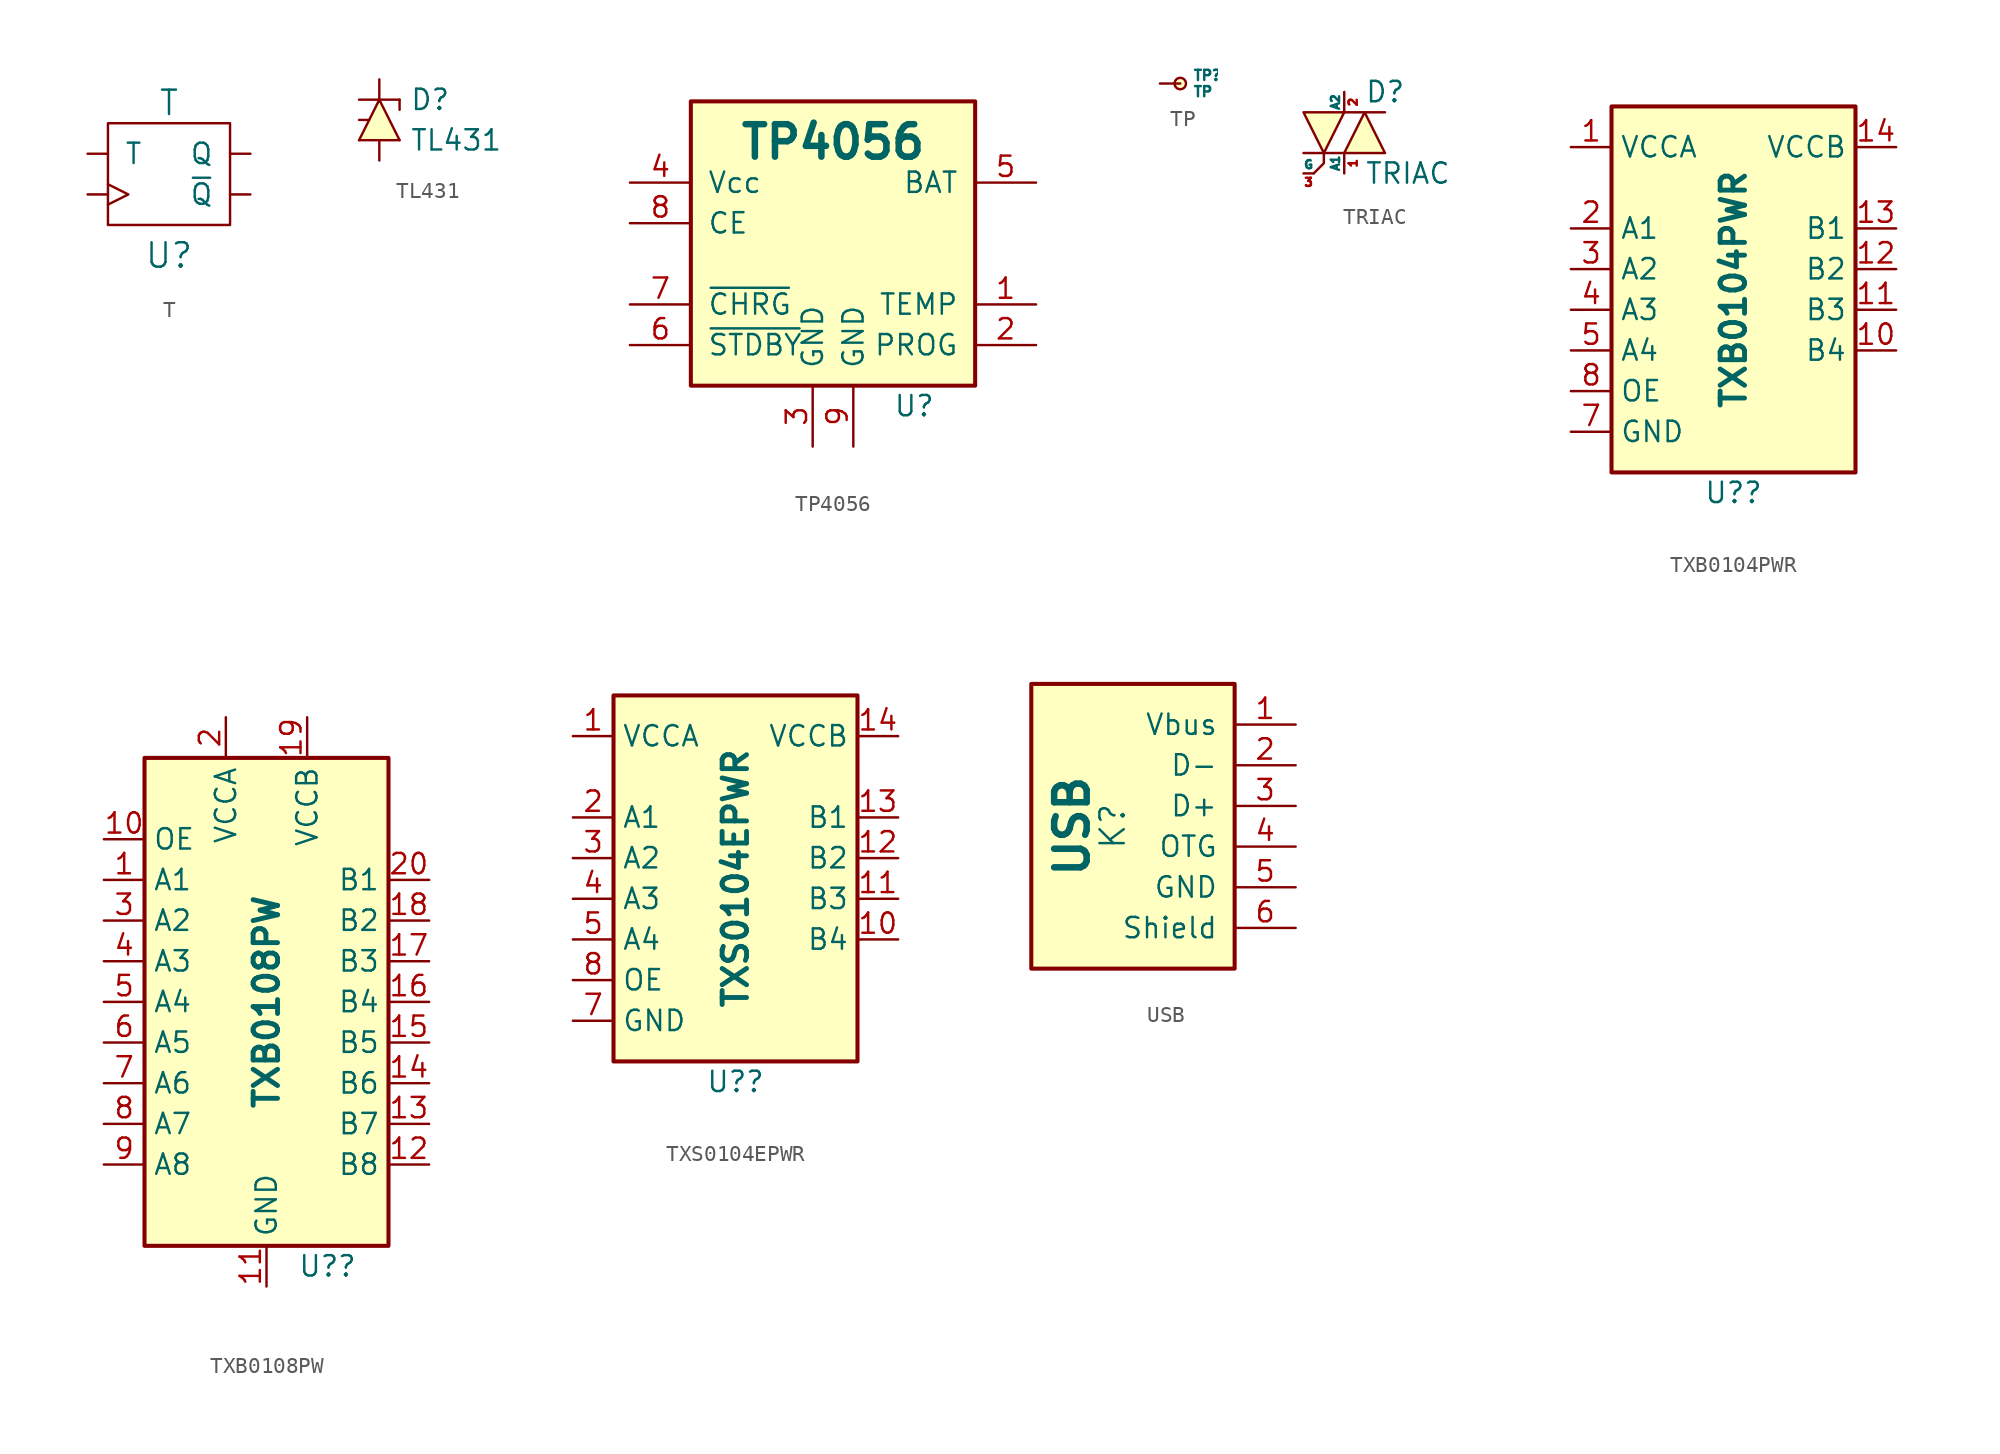
<source format=kicad_sym>
(kicad_symbol_lib
  (version 20231120)
  (generator "kicad_symbol_editor")
  (generator_version "8.0")
  (symbol "T"
    (pin_numbers hide)
    (pin_names
      (offset 1.016))
    (property "Reference" "U"
      (at 0 -5.08 0)
      (effects (font (size 1.524 1.524))))
    (property "Value" "T"
      (at 0 4.445 0)
      (effects (font (size 1.524 1.524))))
    (property "Footprint" ""
      (at 0 0 0)
      (effects (font (size 1.524 1.524))))
    (property "Datasheet" ""
      (at 0 0 0)
      (effects (font (size 1.524 1.524))))
    (symbol "T_0_1"
      (rectangle (start 3.81 3.175) (end -3.81 -3.175) (stroke (width 0) (type default)) (fill (type none))))
    (symbol "T_1_1"
      (pin input line (at 5.08 1.27 180) (length 1.27) (name "Q" (effects (font (size 1.27 1.27)))) (number "~" (effects (font (size 1.27 1.27)))))
      (pin input line (at -5.08 1.27 0) (length 1.27) (name "T" (effects (font (size 1.27 1.27)))) (number "~" (effects (font (size 1.27 1.27)))))
      (pin input clock (at -5.08 -1.27 0) (length 1.27) (name "~" (effects (font (size 1.27 1.27)))) (number "~" (effects (font (size 1.27 1.27)))))
      (pin input line (at 5.08 -1.27 180) (length 1.27) (name "~{Q}" (effects (font (size 1.27 1.27)))) (number "~" (effects (font (size 1.27 1.27)))))))
  (symbol "TL431"
    (pin_numbers hide)
    (pin_names
      (offset 1.016) hide)
    (property "Reference" "D"
      (at 1.905 1.27 0)
      (effects (font (size 1.27 1.27)) (justify left)))
    (property "Value" "TL431"
      (at 1.905 -1.27 0)
      (effects (font (size 1.27 1.27)) (justify left)))
    (symbol "TL431_0_1"
      (polyline (pts (xy -1.27 1.27) (xy 1.27 1.27)) (stroke (width 0) (type default)) (fill (type none)))
      (polyline (pts (xy -1.27 -1.27) (xy 0 1.27) (xy 1.27 -1.27)) (stroke (width 0) (type default)) (fill (type background)))
      (polyline (pts (xy -1.27 -1.27) (xy 1.27 -1.27) (xy 1.27 -1.27)) (stroke (width 0) (type default)) (fill (type none)))
      (polyline (pts (xy 1.27 1.27) (xy 1.27 0.635) (xy 1.27 0.635)) (stroke (width 0) (type default)) (fill (type none))))
    (symbol "TL431_1_1"
      (pin passive line (at 0 2.54 270) (length 1.27) (name "K" (effects (font (size 1.016 1.016)))) (number "1" (effects (font (size 1.016 1.016)))))
      (pin passive line (at 0 -2.54 90) (length 1.27) (name "A" (effects (font (size 1.016 1.016)))) (number "2" (effects (font (size 1.016 1.016)))))
      (pin passive line (at -1.27 0 0) (length 0.635) (name "R" (effects (font (size 1.27 1.27)))) (number "3" (effects (font (size 1.27 1.27)))))))
  (symbol "TP4056"
    (pin_names
      (offset 1.016))
    (property "Reference" "U"
      (at 5.08 -10.16 0)
      (effects (font (size 1.27 1.27))))
    (property "Value" "TP4056"
      (at 0 6.35 0)
      (effects (font (size 2.032 2.032) (bold yes))))
    (symbol "TP4056_0_1"
      (rectangle (start -8.89 8.89) (end 8.89 -8.89) (stroke (width 0.254) (type default)) (fill (type background))))
    (symbol "TP4056_1_1"
      (pin passive line (at 12.7 -3.81 180) (length 3.81) (name "TEMP" (effects (font (size 1.27 1.27)))) (number "1" (effects (font (size 1.27 1.27)))))
      (pin passive line (at 12.7 -6.35 180) (length 3.81) (name "PROG" (effects (font (size 1.27 1.27)))) (number "2" (effects (font (size 1.27 1.27)))))
      (pin passive line (at -1.27 -12.7 90) (length 3.81) (name "GND" (effects (font (size 1.27 1.27)))) (number "3" (effects (font (size 1.27 1.27)))))
      (pin passive line (at -12.7 3.81 0) (length 3.81) (name "Vcc" (effects (font (size 1.27 1.27)))) (number "4" (effects (font (size 1.27 1.27)))))
      (pin passive line (at 12.7 3.81 180) (length 3.81) (name "BAT" (effects (font (size 1.27 1.27)))) (number "5" (effects (font (size 1.27 1.27)))))
      (pin passive line (at -12.7 -6.35 0) (length 3.81) (name "~{STDBY}" (effects (font (size 1.27 1.27)))) (number "6" (effects (font (size 1.27 1.27)))))
      (pin passive line (at -12.7 -3.81 0) (length 3.81) (name "~{CHRG}" (effects (font (size 1.27 1.27)))) (number "7" (effects (font (size 1.27 1.27)))))
      (pin passive line (at -12.7 1.27 0) (length 3.81) (name "CE" (effects (font (size 1.27 1.27)))) (number "8" (effects (font (size 1.27 1.27)))))
      (pin passive line (at 1.27 -12.7 90) (length 3.81) (name "GND" (effects (font (size 1.27 1.27)))) (number "9" (effects (font (size 1.27 1.27)))))))
  (symbol "TP"
    (pin_numbers hide)
    (pin_names
      (offset 0) hide)
    (property "Reference" "TP"
      (at 2.032 0.508 0)
      (effects (font (size 0.635 0.635)) (justify left)))
    (property "Value" "TP"
      (at 2.032 -0.508 0)
      (effects (font (size 0.635 0.635)) (justify left)))
    (property "Datasheet" ""
      (at 0 0 0)
      (effects (font (size 1.524 1.524))))
    (symbol "TP_0_1"
      (circle (center 1.27 0) (radius 0.356) (stroke (width 0) (type default)) (fill (type background))))
    (symbol "TP_1_1"
      (pin passive line (at 0 0 0) (length 1.27) (name "~" (effects (font (size 1.016 1.016)))) (number "1" (effects (font (size 1.016 1.016)))))))
  (symbol "TRIAC"
    (pin_names
      (offset 0))
    (property "Reference" "D"
      (at 1.27 2.54 0)
      (effects (font (size 1.27 1.27)) (justify left)))
    (property "Value" "TRIAC"
      (at 1.27 -2.54 0)
      (effects (font (size 1.27 1.27)) (justify left)))
    (symbol "TRIAC_0_1"
      (polyline (pts (xy -2.54 -1.27) (xy 0 -1.27)) (stroke (width 0) (type default)) (fill (type none)))
      (polyline (pts (xy 0 1.27) (xy 2.54 1.27)) (stroke (width 0) (type default)) (fill (type none)))
      (polyline (pts (xy -1.905 -2.54) (xy -1.27 -1.905) (xy -1.27 -1.27)) (stroke (width 0.152) (type default)) (fill (type none)))
      (polyline (pts (xy 0 -1.27) (xy 2.54 -1.27) (xy 1.27 1.27) (xy 0 -1.27)) (stroke (width 0.152) (type default)) (fill (type background)))
      (polyline (pts (xy 0 1.27) (xy -2.54 1.27) (xy -1.27 -1.27) (xy 0 1.27)) (stroke (width 0.152) (type default)) (fill (type background))))
    (symbol "TRIAC_1_1"
      (pin passive line (at 0 -2.54 90) (length 1.27) (name "A1" (effects (font (size 0.508 0.508)))) (number "1" (effects (font (size 0.508 0.508)))))
      (pin passive line (at 0 2.54 270) (length 1.27) (name "A2" (effects (font (size 0.508 0.508)))) (number "2" (effects (font (size 0.508 0.508)))))
      (pin passive line (at -2.54 -2.54 0) (length 0.635) (name "G" (effects (font (size 0.508 0.508)))) (number "3" (effects (font (size 0.508 0.508)))))))
  (symbol "TXB0104PWR"
    (property "Reference" "U?"
      (at 0 -12.7 0)
      (effects (font (size 1.27 1.27))))
    (property "Value" "TXB0104PWR"
      (at 0 0 90)
      (effects (font (size 1.524 1.524) (bold yes))))
    (symbol "TXB0104PWR_0_1"
      (rectangle (start -7.62 11.43) (end 7.62 -11.43) (stroke (width 0.254) (type default)) (fill (type background))))
    (symbol "TXB0104PWR_1_1"
      (pin power_in line (at -10.16 8.89 0) (length 2.54) (name "VCCA" (effects (font (size 1.27 1.27)))) (number "1" (effects (font (size 1.27 1.27)))))
      (pin bidirectional line (at 10.16 -3.81 180) (length 2.54) (name "B4" (effects (font (size 1.27 1.27)))) (number "10" (effects (font (size 1.27 1.27)))))
      (pin bidirectional line (at 10.16 -1.27 180) (length 2.54) (name "B3" (effects (font (size 1.27 1.27)))) (number "11" (effects (font (size 1.27 1.27)))))
      (pin bidirectional line (at 10.16 1.27 180) (length 2.54) (name "B2" (effects (font (size 1.27 1.27)))) (number "12" (effects (font (size 1.27 1.27)))))
      (pin bidirectional line (at 10.16 3.81 180) (length 2.54) (name "B1" (effects (font (size 1.27 1.27)))) (number "13" (effects (font (size 1.27 1.27)))))
      (pin power_in line (at 10.16 8.89 180) (length 2.54) (name "VCCB" (effects (font (size 1.27 1.27)))) (number "14" (effects (font (size 1.27 1.27)))))
      (pin bidirectional line (at -10.16 3.81 0) (length 2.54) (name "A1" (effects (font (size 1.27 1.27)))) (number "2" (effects (font (size 1.27 1.27)))))
      (pin bidirectional line (at -10.16 1.27 0) (length 2.54) (name "A2" (effects (font (size 1.27 1.27)))) (number "3" (effects (font (size 1.27 1.27)))))
      (pin bidirectional line (at -10.16 -1.27 0) (length 2.54) (name "A3" (effects (font (size 1.27 1.27)))) (number "4" (effects (font (size 1.27 1.27)))))
      (pin bidirectional line (at -10.16 -3.81 0) (length 2.54) (name "A4" (effects (font (size 1.27 1.27)))) (number "5" (effects (font (size 1.27 1.27)))))
      (pin power_in line (at -10.16 -8.89 0) (length 2.54) (name "GND" (effects (font (size 1.27 1.27)))) (number "7" (effects (font (size 1.27 1.27)))))
      (pin input line (at -10.16 -6.35 0) (length 2.54) (name "OE" (effects (font (size 1.27 1.27)))) (number "8" (effects (font (size 1.27 1.27)))))))
  (symbol "TXB0108PW"
    (property "Reference" "U?"
      (at 3.81 -16.51 0)
      (effects (font (size 1.27 1.27))))
    (property "Value" "TXB0108PW"
      (at 0 0 90)
      (effects (font (size 1.524 1.524) (bold yes))))
    (symbol "TXB0108PW_0_1"
      (rectangle (start -7.62 15.24) (end 7.62 -15.24) (stroke (width 0.254) (type default)) (fill (type background))))
    (symbol "TXB0108PW_1_1"
      (pin bidirectional line (at -10.16 7.62 0) (length 2.54) (name "A1" (effects (font (size 1.27 1.27)))) (number "1" (effects (font (size 1.27 1.27)))))
      (pin input line (at -10.16 10.16 0) (length 2.54) (name "OE" (effects (font (size 1.27 1.27)))) (number "10" (effects (font (size 1.27 1.27)))))
      (pin power_in line (at 0 -17.78 90) (length 2.54) (name "GND" (effects (font (size 1.27 1.27)))) (number "11" (effects (font (size 1.27 1.27)))))
      (pin bidirectional line (at 10.16 -10.16 180) (length 2.54) (name "B8" (effects (font (size 1.27 1.27)))) (number "12" (effects (font (size 1.27 1.27)))))
      (pin bidirectional line (at 10.16 -7.62 180) (length 2.54) (name "B7" (effects (font (size 1.27 1.27)))) (number "13" (effects (font (size 1.27 1.27)))))
      (pin bidirectional line (at 10.16 -5.08 180) (length 2.54) (name "B6" (effects (font (size 1.27 1.27)))) (number "14" (effects (font (size 1.27 1.27)))))
      (pin bidirectional line (at 10.16 -2.54 180) (length 2.54) (name "B5" (effects (font (size 1.27 1.27)))) (number "15" (effects (font (size 1.27 1.27)))))
      (pin bidirectional line (at 10.16 0 180) (length 2.54) (name "B4" (effects (font (size 1.27 1.27)))) (number "16" (effects (font (size 1.27 1.27)))))
      (pin bidirectional line (at 10.16 2.54 180) (length 2.54) (name "B3" (effects (font (size 1.27 1.27)))) (number "17" (effects (font (size 1.27 1.27)))))
      (pin bidirectional line (at 10.16 5.08 180) (length 2.54) (name "B2" (effects (font (size 1.27 1.27)))) (number "18" (effects (font (size 1.27 1.27)))))
      (pin power_in line (at 2.54 17.78 270) (length 2.54) (name "VCCB" (effects (font (size 1.27 1.27)))) (number "19" (effects (font (size 1.27 1.27)))))
      (pin power_in line (at -2.54 17.78 270) (length 2.54) (name "VCCA" (effects (font (size 1.27 1.27)))) (number "2" (effects (font (size 1.27 1.27)))))
      (pin bidirectional line (at 10.16 7.62 180) (length 2.54) (name "B1" (effects (font (size 1.27 1.27)))) (number "20" (effects (font (size 1.27 1.27)))))
      (pin bidirectional line (at -10.16 5.08 0) (length 2.54) (name "A2" (effects (font (size 1.27 1.27)))) (number "3" (effects (font (size 1.27 1.27)))))
      (pin bidirectional line (at -10.16 2.54 0) (length 2.54) (name "A3" (effects (font (size 1.27 1.27)))) (number "4" (effects (font (size 1.27 1.27)))))
      (pin bidirectional line (at -10.16 0 0) (length 2.54) (name "A4" (effects (font (size 1.27 1.27)))) (number "5" (effects (font (size 1.27 1.27)))))
      (pin bidirectional line (at -10.16 -2.54 0) (length 2.54) (name "A5" (effects (font (size 1.27 1.27)))) (number "6" (effects (font (size 1.27 1.27)))))
      (pin bidirectional line (at -10.16 -5.08 0) (length 2.54) (name "A6" (effects (font (size 1.27 1.27)))) (number "7" (effects (font (size 1.27 1.27)))))
      (pin bidirectional line (at -10.16 -7.62 0) (length 2.54) (name "A7" (effects (font (size 1.27 1.27)))) (number "8" (effects (font (size 1.27 1.27)))))
      (pin bidirectional line (at -10.16 -10.16 0) (length 2.54) (name "A8" (effects (font (size 1.27 1.27)))) (number "9" (effects (font (size 1.27 1.27)))))))
  (symbol "TXS0104EPWR"
    (property "Reference" "U?"
      (at 0 -12.7 0)
      (effects (font (size 1.27 1.27))))
    (property "Value" "TXS0104EPWR"
      (at 0 0 90)
      (effects (font (size 1.524 1.524) (bold yes))))
    (symbol "TXS0104EPWR_0_1"
      (rectangle (start -7.62 11.43) (end 7.62 -11.43) (stroke (width 0.254) (type default)) (fill (type background))))
    (symbol "TXS0104EPWR_1_1"
      (pin power_in line (at -10.16 8.89 0) (length 2.54) (name "VCCA" (effects (font (size 1.27 1.27)))) (number "1" (effects (font (size 1.27 1.27)))))
      (pin bidirectional line (at 10.16 -3.81 180) (length 2.54) (name "B4" (effects (font (size 1.27 1.27)))) (number "10" (effects (font (size 1.27 1.27)))))
      (pin bidirectional line (at 10.16 -1.27 180) (length 2.54) (name "B3" (effects (font (size 1.27 1.27)))) (number "11" (effects (font (size 1.27 1.27)))))
      (pin bidirectional line (at 10.16 1.27 180) (length 2.54) (name "B2" (effects (font (size 1.27 1.27)))) (number "12" (effects (font (size 1.27 1.27)))))
      (pin bidirectional line (at 10.16 3.81 180) (length 2.54) (name "B1" (effects (font (size 1.27 1.27)))) (number "13" (effects (font (size 1.27 1.27)))))
      (pin power_in line (at 10.16 8.89 180) (length 2.54) (name "VCCB" (effects (font (size 1.27 1.27)))) (number "14" (effects (font (size 1.27 1.27)))))
      (pin bidirectional line (at -10.16 3.81 0) (length 2.54) (name "A1" (effects (font (size 1.27 1.27)))) (number "2" (effects (font (size 1.27 1.27)))))
      (pin bidirectional line (at -10.16 1.27 0) (length 2.54) (name "A2" (effects (font (size 1.27 1.27)))) (number "3" (effects (font (size 1.27 1.27)))))
      (pin bidirectional line (at -10.16 -1.27 0) (length 2.54) (name "A3" (effects (font (size 1.27 1.27)))) (number "4" (effects (font (size 1.27 1.27)))))
      (pin bidirectional line (at -10.16 -3.81 0) (length 2.54) (name "A4" (effects (font (size 1.27 1.27)))) (number "5" (effects (font (size 1.27 1.27)))))
      (pin power_in line (at -10.16 -8.89 0) (length 2.54) (name "GND" (effects (font (size 1.27 1.27)))) (number "7" (effects (font (size 1.27 1.27)))))
      (pin input line (at -10.16 -6.35 0) (length 2.54) (name "OE" (effects (font (size 1.27 1.27)))) (number "8" (effects (font (size 1.27 1.27)))))))
  (symbol "USB"
    (pin_names
      (offset 1.016))
    (property "Reference" "K"
      (at 1.27 0 90)
      (effects (font (size 1.524 1.524))))
    (property "Value" "USB"
      (at -1.27 0 90)
      (effects (font (size 2.032 2.032) (bold yes))))
    (property "Footprint" ""
      (at 0 0 0)
      (effects (font (size 1.524 1.524))))
    (property "Datasheet" ""
      (at 0 0 0)
      (effects (font (size 1.524 1.524))))
    (symbol "USB_0_1"
      (rectangle (start 8.89 8.89) (end -3.81 -8.89) (stroke (width 0.254) (type default)) (fill (type background))))
    (symbol "USB_1_1"
      (pin passive line (at 12.7 6.35 180) (length 3.81) (name "Vbus" (effects (font (size 1.27 1.27)))) (number "1" (effects (font (size 1.27 1.27)))))
      (pin passive line (at 12.7 3.81 180) (length 3.81) (name "D-" (effects (font (size 1.27 1.27)))) (number "2" (effects (font (size 1.27 1.27)))))
      (pin passive line (at 12.7 1.27 180) (length 3.81) (name "D+" (effects (font (size 1.27 1.27)))) (number "3" (effects (font (size 1.27 1.27)))))
      (pin passive line (at 12.7 -1.27 180) (length 3.81) (name "OTG" (effects (font (size 1.27 1.27)))) (number "4" (effects (font (size 1.27 1.27)))))
      (pin passive line (at 12.7 -3.81 180) (length 3.81) (name "GND" (effects (font (size 1.27 1.27)))) (number "5" (effects (font (size 1.27 1.27)))))
      (pin passive line (at 12.7 -6.35 180) (length 3.81) (name "Shield" (effects (font (size 1.27 1.27)))) (number "6" (effects (font (size 1.27 1.27))))))))
</source>
